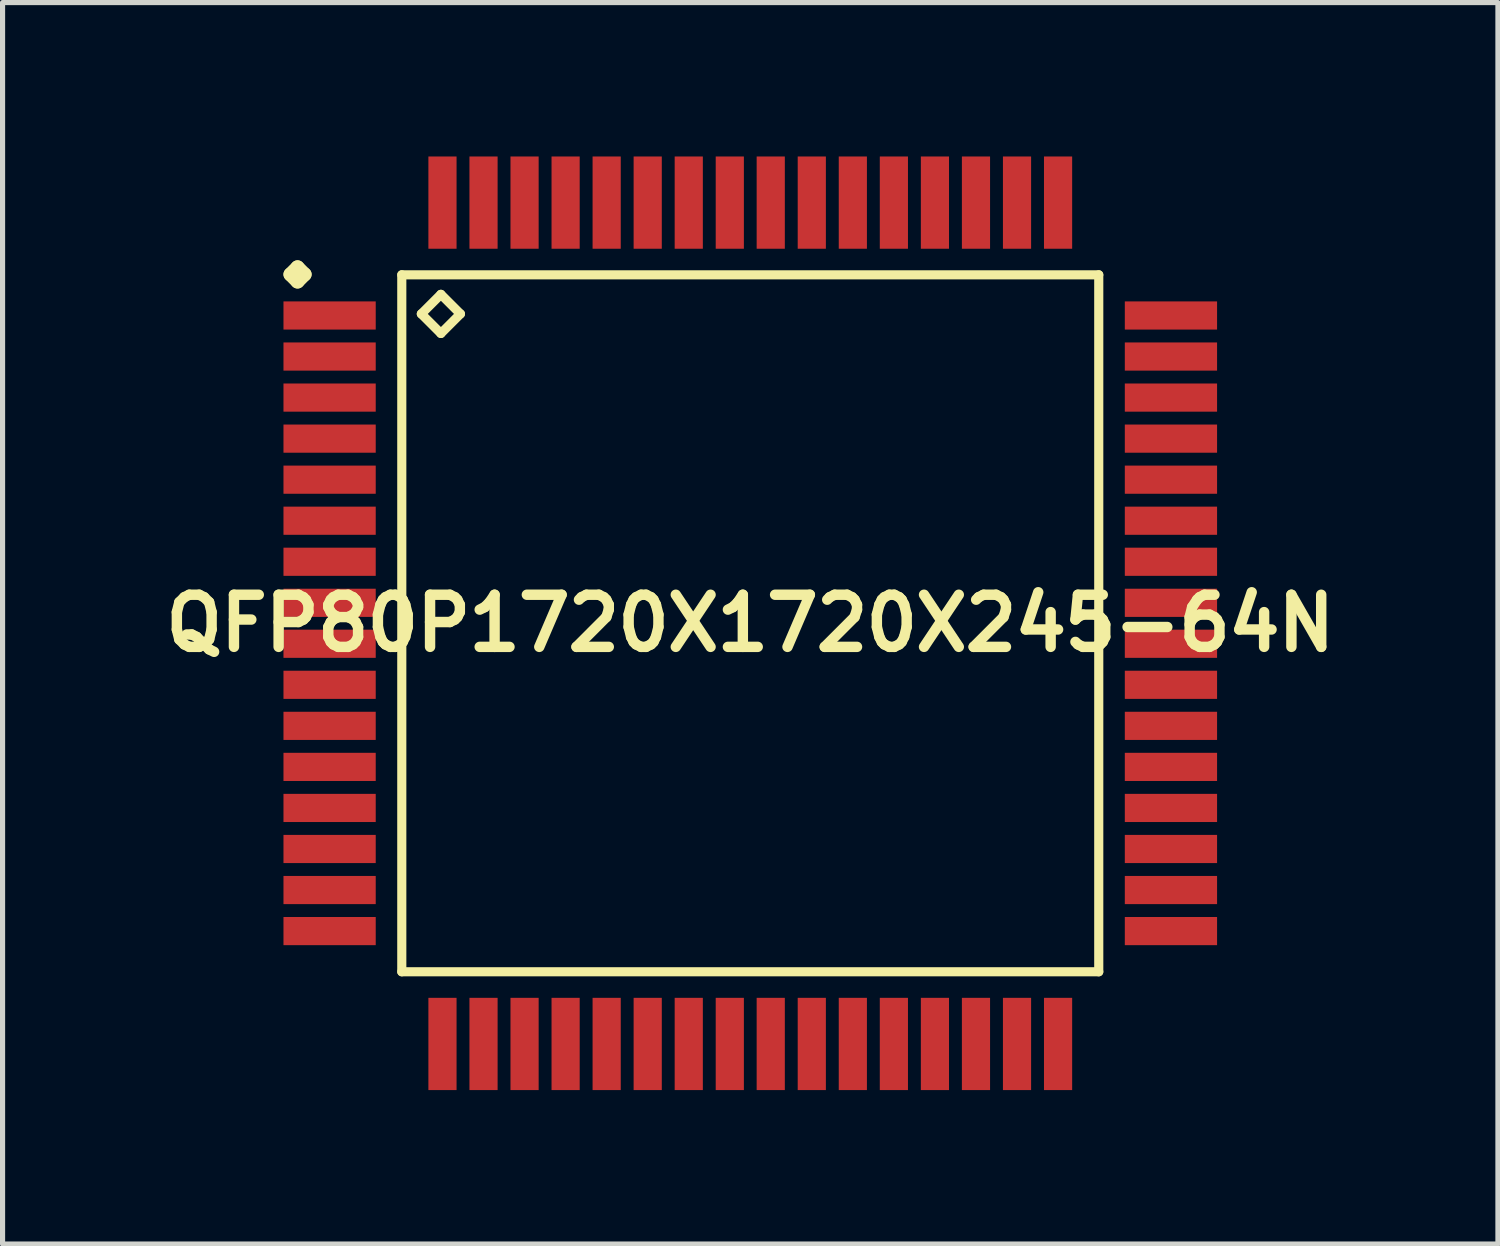
<source format=kicad_pcb>
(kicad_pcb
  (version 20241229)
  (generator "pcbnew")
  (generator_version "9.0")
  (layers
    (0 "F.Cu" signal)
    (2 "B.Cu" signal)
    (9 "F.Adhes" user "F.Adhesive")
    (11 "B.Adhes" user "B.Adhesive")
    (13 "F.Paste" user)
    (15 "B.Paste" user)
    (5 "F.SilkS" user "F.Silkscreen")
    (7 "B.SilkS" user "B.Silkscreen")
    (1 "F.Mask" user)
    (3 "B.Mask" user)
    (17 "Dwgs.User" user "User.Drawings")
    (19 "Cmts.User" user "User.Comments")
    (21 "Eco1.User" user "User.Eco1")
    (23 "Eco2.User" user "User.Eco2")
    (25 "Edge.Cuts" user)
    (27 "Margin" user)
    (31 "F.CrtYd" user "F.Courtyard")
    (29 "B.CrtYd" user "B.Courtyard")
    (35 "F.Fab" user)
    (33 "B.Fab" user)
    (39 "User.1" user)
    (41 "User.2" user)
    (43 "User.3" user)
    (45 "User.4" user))
  (footprint "QFP80P1720X1720X245-64N"
    (layer "F.Cu")
    (at 11.573 9.098)
    (property "Reference" "QFP80P1720X1720X245-64N" (at 0 0 0) (layer "F.SilkS") (effects (font (size 1.016 1.016) (thickness 0.203))))
    (attr smd)
    (fp_line (start -8.961 -6.8) (end -8.824 -6.937) (stroke (width 0.274) (type solid)) (layer "F.SilkS"))
    (fp_line (start -8.824 -6.937) (end -8.687 -6.8) (stroke (width 0.274) (type solid)) (layer "F.SilkS"))
    (fp_line (start -8.824 -6.662) (end -8.961 -6.8) (stroke (width 0.274) (type solid)) (layer "F.SilkS"))
    (fp_line (start -8.687 -6.8) (end -8.824 -6.662) (stroke (width 0.274) (type solid)) (layer "F.SilkS"))
    (fp_line (start -6.792 -6.792) (end -6.792 6.792) (stroke (width 0.178) (type solid)) (layer "F.SilkS"))
    (fp_line (start -6.792 6.792) (end 6.792 6.792) (stroke (width 0.178) (type solid)) (layer "F.SilkS"))
    (fp_line (start -6.411 -6.03) (end -6.03 -6.411) (stroke (width 0.178) (type solid)) (layer "F.SilkS"))
    (fp_line (start -6.03 -6.411) (end -5.649 -6.03) (stroke (width 0.178) (type solid)) (layer "F.SilkS"))
    (fp_line (start -6.03 -5.649) (end -6.411 -6.03) (stroke (width 0.178) (type solid)) (layer "F.SilkS"))
    (fp_line (start -5.649 -6.03) (end -6.03 -5.649) (stroke (width 0.178) (type solid)) (layer "F.SilkS"))
    (fp_line (start 6.792 -6.792) (end -6.792 -6.792) (stroke (width 0.178) (type solid)) (layer "F.SilkS"))
    (fp_line (start 6.792 6.792) (end 6.792 -6.792) (stroke (width 0.178) (type solid)) (layer "F.SilkS"))
    (pad "1" smd rect (at -8.199 -5.999) (size 1.798 0.549) (layers "F.Cu" "F.Mask" "F.Paste"))
    (pad "2" smd rect (at -8.199 -5.199) (size 1.798 0.549) (layers "F.Cu" "F.Mask" "F.Paste"))
    (pad "3" smd rect (at -8.199 -4.399) (size 1.798 0.549) (layers "F.Cu" "F.Mask" "F.Paste"))
    (pad "4" smd rect (at -8.199 -3.599) (size 1.798 0.549) (layers "F.Cu" "F.Mask" "F.Paste"))
    (pad "5" smd rect (at -8.199 -2.799) (size 1.798 0.549) (layers "F.Cu" "F.Mask" "F.Paste"))
    (pad "6" smd rect (at -8.199 -1.999) (size 1.798 0.549) (layers "F.Cu" "F.Mask" "F.Paste"))
    (pad "7" smd rect (at -8.199 -1.199) (size 1.798 0.549) (layers "F.Cu" "F.Mask" "F.Paste"))
    (pad "8" smd rect (at -8.199 -0.399) (size 1.798 0.549) (layers "F.Cu" "F.Mask" "F.Paste"))
    (pad "9" smd rect (at -8.199 0.399) (size 1.798 0.549) (layers "F.Cu" "F.Mask" "F.Paste"))
    (pad "10" smd rect (at -8.199 1.199) (size 1.798 0.549) (layers "F.Cu" "F.Mask" "F.Paste"))
    (pad "11" smd rect (at -8.199 1.999) (size 1.798 0.549) (layers "F.Cu" "F.Mask" "F.Paste"))
    (pad "12" smd rect (at -8.199 2.799) (size 1.798 0.549) (layers "F.Cu" "F.Mask" "F.Paste"))
    (pad "13" smd rect (at -8.199 3.599) (size 1.798 0.549) (layers "F.Cu" "F.Mask" "F.Paste"))
    (pad "14" smd rect (at -8.199 4.399) (size 1.798 0.549) (layers "F.Cu" "F.Mask" "F.Paste"))
    (pad "15" smd rect (at -8.199 5.199) (size 1.798 0.549) (layers "F.Cu" "F.Mask" "F.Paste"))
    (pad "16" smd rect (at -8.199 5.999) (size 1.798 0.549) (layers "F.Cu" "F.Mask" "F.Paste"))
    (pad "17" smd rect (at -5.999 8.199) (size 0.549 1.798) (layers "F.Cu" "F.Mask" "F.Paste"))
    (pad "18" smd rect (at -5.199 8.199) (size 0.549 1.798) (layers "F.Cu" "F.Mask" "F.Paste"))
    (pad "19" smd rect (at -4.399 8.199) (size 0.549 1.798) (layers "F.Cu" "F.Mask" "F.Paste"))
    (pad "20" smd rect (at -3.599 8.199) (size 0.549 1.798) (layers "F.Cu" "F.Mask" "F.Paste"))
    (pad "21" smd rect (at -2.799 8.199) (size 0.549 1.798) (layers "F.Cu" "F.Mask" "F.Paste"))
    (pad "22" smd rect (at -1.999 8.199) (size 0.549 1.798) (layers "F.Cu" "F.Mask" "F.Paste"))
    (pad "23" smd rect (at -1.199 8.199) (size 0.549 1.798) (layers "F.Cu" "F.Mask" "F.Paste"))
    (pad "24" smd rect (at -0.399 8.199) (size 0.549 1.798) (layers "F.Cu" "F.Mask" "F.Paste"))
    (pad "25" smd rect (at 0.399 8.199) (size 0.549 1.798) (layers "F.Cu" "F.Mask" "F.Paste"))
    (pad "26" smd rect (at 1.199 8.199) (size 0.549 1.798) (layers "F.Cu" "F.Mask" "F.Paste"))
    (pad "27" smd rect (at 1.999 8.199) (size 0.549 1.798) (layers "F.Cu" "F.Mask" "F.Paste"))
    (pad "28" smd rect (at 2.799 8.199) (size 0.549 1.798) (layers "F.Cu" "F.Mask" "F.Paste"))
    (pad "29" smd rect (at 3.599 8.199) (size 0.549 1.798) (layers "F.Cu" "F.Mask" "F.Paste"))
    (pad "30" smd rect (at 4.399 8.199) (size 0.549 1.798) (layers "F.Cu" "F.Mask" "F.Paste"))
    (pad "31" smd rect (at 5.199 8.199) (size 0.549 1.798) (layers "F.Cu" "F.Mask" "F.Paste"))
    (pad "32" smd rect (at 5.999 8.199) (size 0.549 1.798) (layers "F.Cu" "F.Mask" "F.Paste"))
    (pad "33" smd rect (at 8.199 5.999) (size 1.798 0.549) (layers "F.Cu" "F.Mask" "F.Paste"))
    (pad "34" smd rect (at 8.199 5.199) (size 1.798 0.549) (layers "F.Cu" "F.Mask" "F.Paste"))
    (pad "35" smd rect (at 8.199 4.399) (size 1.798 0.549) (layers "F.Cu" "F.Mask" "F.Paste"))
    (pad "36" smd rect (at 8.199 3.599) (size 1.798 0.549) (layers "F.Cu" "F.Mask" "F.Paste"))
    (pad "37" smd rect (at 8.199 2.799) (size 1.798 0.549) (layers "F.Cu" "F.Mask" "F.Paste"))
    (pad "38" smd rect (at 8.199 1.999) (size 1.798 0.549) (layers "F.Cu" "F.Mask" "F.Paste"))
    (pad "39" smd rect (at 8.199 1.199) (size 1.798 0.549) (layers "F.Cu" "F.Mask" "F.Paste"))
    (pad "40" smd rect (at 8.199 0.399) (size 1.798 0.549) (layers "F.Cu" "F.Mask" "F.Paste"))
    (pad "41" smd rect (at 8.199 -0.399) (size 1.798 0.549) (layers "F.Cu" "F.Mask" "F.Paste"))
    (pad "42" smd rect (at 8.199 -1.199) (size 1.798 0.549) (layers "F.Cu" "F.Mask" "F.Paste"))
    (pad "43" smd rect (at 8.199 -1.999) (size 1.798 0.549) (layers "F.Cu" "F.Mask" "F.Paste"))
    (pad "44" smd rect (at 8.199 -2.799) (size 1.798 0.549) (layers "F.Cu" "F.Mask" "F.Paste"))
    (pad "45" smd rect (at 8.199 -3.599) (size 1.798 0.549) (layers "F.Cu" "F.Mask" "F.Paste"))
    (pad "46" smd rect (at 8.199 -4.399) (size 1.798 0.549) (layers "F.Cu" "F.Mask" "F.Paste"))
    (pad "47" smd rect (at 8.199 -5.199) (size 1.798 0.549) (layers "F.Cu" "F.Mask" "F.Paste"))
    (pad "48" smd rect (at 8.199 -5.999) (size 1.798 0.549) (layers "F.Cu" "F.Mask" "F.Paste"))
    (pad "49" smd rect (at 5.999 -8.199) (size 0.549 1.798) (layers "F.Cu" "F.Mask" "F.Paste"))
    (pad "50" smd rect (at 5.199 -8.199) (size 0.549 1.798) (layers "F.Cu" "F.Mask" "F.Paste"))
    (pad "51" smd rect (at 4.399 -8.199) (size 0.549 1.798) (layers "F.Cu" "F.Mask" "F.Paste"))
    (pad "52" smd rect (at 3.599 -8.199) (size 0.549 1.798) (layers "F.Cu" "F.Mask" "F.Paste"))
    (pad "53" smd rect (at 2.799 -8.199) (size 0.549 1.798) (layers "F.Cu" "F.Mask" "F.Paste"))
    (pad "54" smd rect (at 1.999 -8.199) (size 0.549 1.798) (layers "F.Cu" "F.Mask" "F.Paste"))
    (pad "55" smd rect (at 1.199 -8.199) (size 0.549 1.798) (layers "F.Cu" "F.Mask" "F.Paste"))
    (pad "56" smd rect (at 0.399 -8.199) (size 0.549 1.798) (layers "F.Cu" "F.Mask" "F.Paste"))
    (pad "57" smd rect (at -0.399 -8.199) (size 0.549 1.798) (layers "F.Cu" "F.Mask" "F.Paste"))
    (pad "58" smd rect (at -1.199 -8.199) (size 0.549 1.798) (layers "F.Cu" "F.Mask" "F.Paste"))
    (pad "59" smd rect (at -1.999 -8.199) (size 0.549 1.798) (layers "F.Cu" "F.Mask" "F.Paste"))
    (pad "60" smd rect (at -2.799 -8.199) (size 0.549 1.798) (layers "F.Cu" "F.Mask" "F.Paste"))
    (pad "61" smd rect (at -3.599 -8.199) (size 0.549 1.798) (layers "F.Cu" "F.Mask" "F.Paste"))
    (pad "62" smd rect (at -4.399 -8.199) (size 0.549 1.798) (layers "F.Cu" "F.Mask" "F.Paste"))
    (pad "63" smd rect (at -5.199 -8.199) (size 0.549 1.798) (layers "F.Cu" "F.Mask" "F.Paste"))
    (pad "64" smd rect (at -5.999 -8.199) (size 0.549 1.798) (layers "F.Cu" "F.Mask" "F.Paste")))
  (gr_rect
    (start -3 -3)
    (end 26.145 21.197)
    (stroke (width 0.1) (type default))
    (fill no)
    (layer "Edge.Cuts")))
</source>
